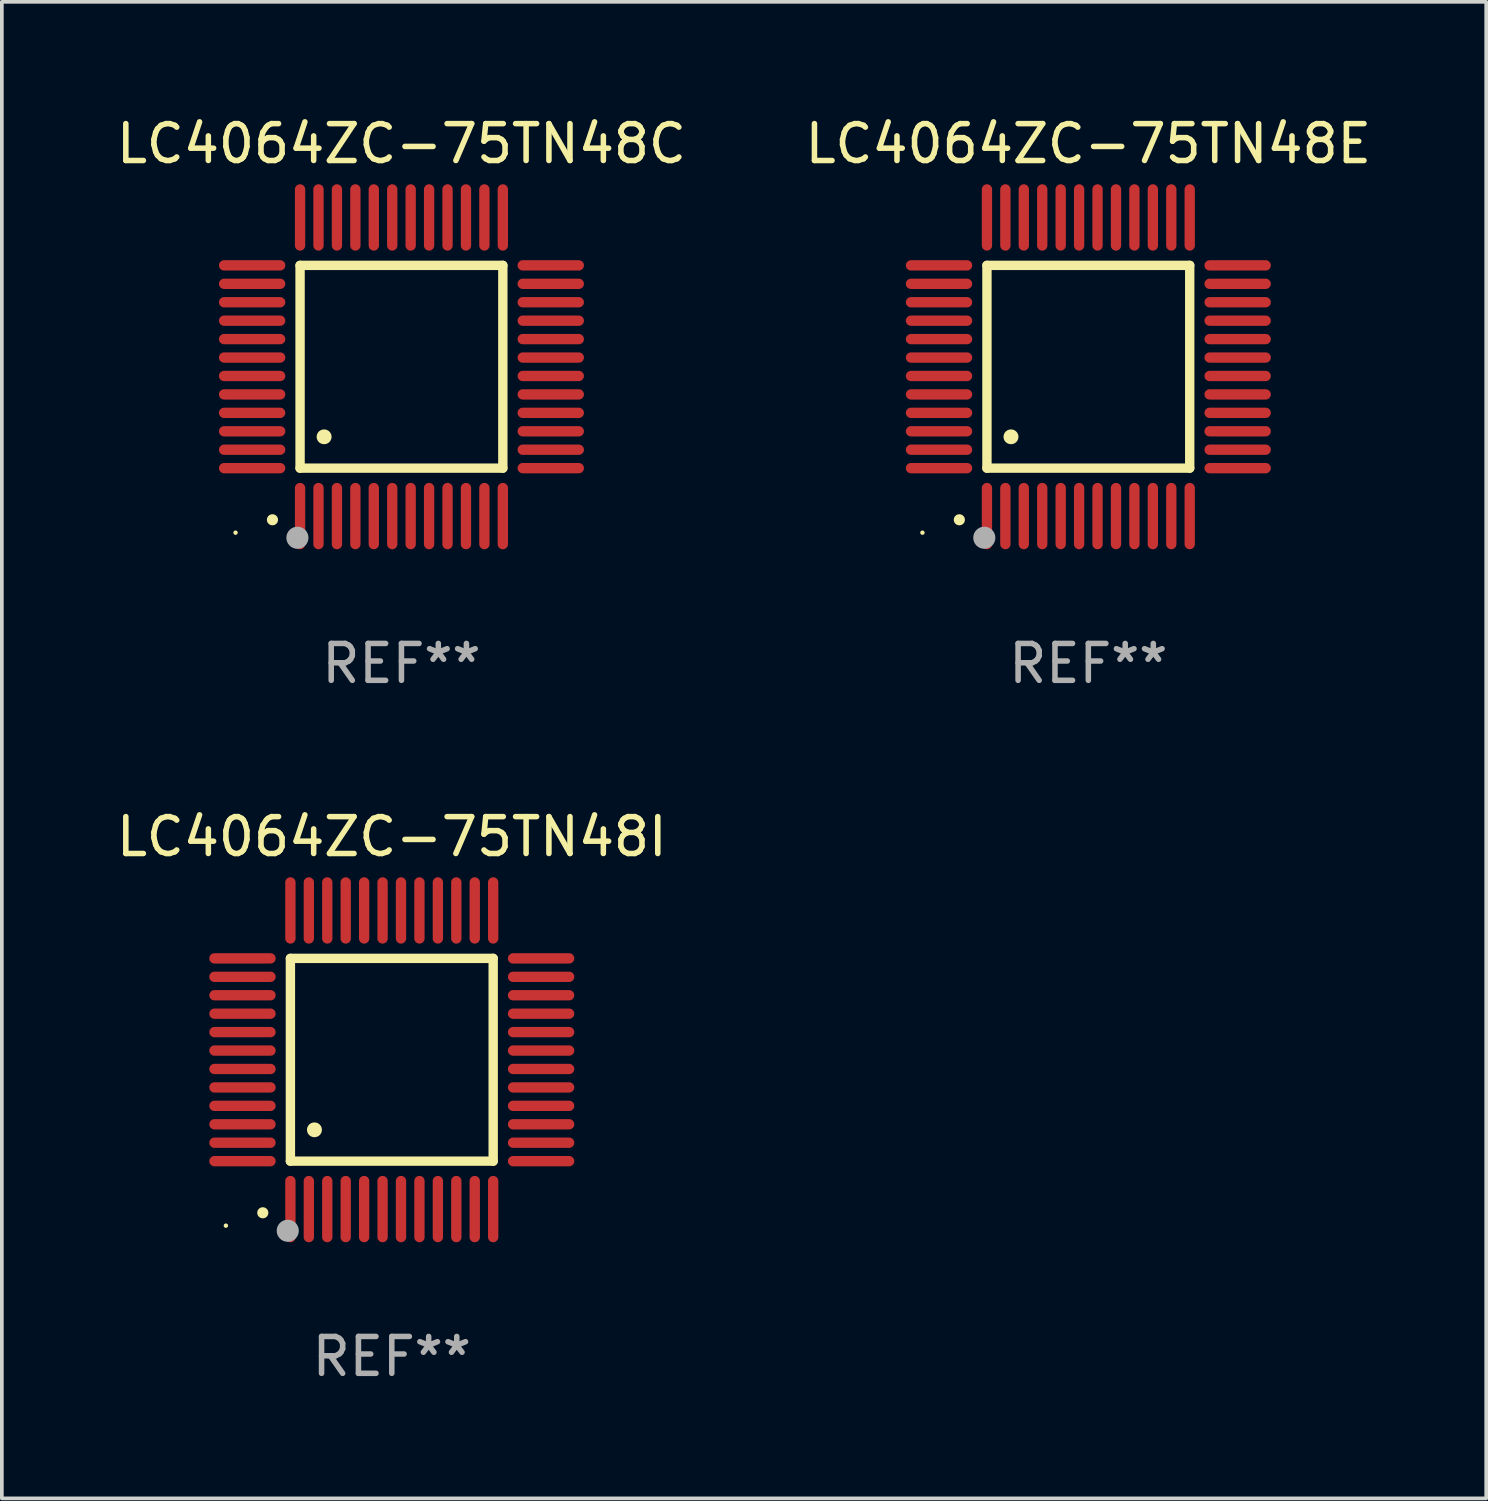
<source format=kicad_pcb>
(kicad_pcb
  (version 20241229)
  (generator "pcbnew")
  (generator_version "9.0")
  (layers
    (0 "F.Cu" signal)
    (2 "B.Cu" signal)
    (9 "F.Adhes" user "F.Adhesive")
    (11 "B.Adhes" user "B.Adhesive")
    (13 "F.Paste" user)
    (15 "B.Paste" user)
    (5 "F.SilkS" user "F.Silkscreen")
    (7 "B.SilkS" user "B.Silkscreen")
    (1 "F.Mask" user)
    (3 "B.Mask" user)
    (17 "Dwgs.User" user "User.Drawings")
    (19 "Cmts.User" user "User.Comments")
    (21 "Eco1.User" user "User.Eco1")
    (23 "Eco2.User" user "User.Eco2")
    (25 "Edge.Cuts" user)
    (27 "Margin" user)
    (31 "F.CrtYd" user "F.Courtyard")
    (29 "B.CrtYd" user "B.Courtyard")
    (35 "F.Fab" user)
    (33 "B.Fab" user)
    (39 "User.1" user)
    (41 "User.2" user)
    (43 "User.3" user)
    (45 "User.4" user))
  (footprint "LC4064ZC-75TN48I"
    (layer "F.Cu")
    (at 7.577 25.695)
    (property "Reference" "LC4064ZC-75TN48I" (at 0 -6.05 0) (layer "F.SilkS") (effects (font (size 1 1) (thickness 0.15))))
    (attr through_hole)
    (fp_line (start -2.75 -2.75) (end 2.75 -2.75) (stroke (width 0.254) (type solid)) (layer "F.SilkS"))
    (fp_line (start -2.75 2.75) (end -2.75 -2.75) (stroke (width 0.254) (type solid)) (layer "F.SilkS"))
    (fp_line (start 2.75 -2.75) (end 2.75 2.75) (stroke (width 0.254) (type solid)) (layer "F.SilkS"))
    (fp_line (start 2.75 2.75) (end -2.75 2.75) (stroke (width 0.254) (type solid)) (layer "F.SilkS"))
    (fp_arc (start -3.500127 4.150368) (mid -3.498857 4.150363) (end -3.497587 4.150368) (stroke (width 0.3) (type solid)) (layer "F.SilkS"))
    (fp_arc (start -2.100584 1.899924) (mid -2.098044 1.899908) (end -2.095504 1.899924) (stroke (width 0.4) (type solid)) (layer "F.SilkS"))
    (fp_circle (center -4.5 4.5) (end -4.47 4.5) (stroke (width 0.06) (type solid)) (fill no) (layer "F.SilkS"))
    (fp_circle (center -2.822 4.638) (end -2.672 4.638) (stroke (width 0.3) (type solid)) (fill no) (layer "F.Fab"))
    (fp_text user "REF**" (at 0 8.05 0) (layer "F.Fab") (effects (font (size 1 1) (thickness 0.15))))
    (pad "1" smd oval (at -2.75 4.05) (size 0.28 1.8) (layers "F.Cu" "F.Mask" "F.Paste"))
    (pad "2" smd oval (at -2.25 4.05) (size 0.28 1.8) (layers "F.Cu" "F.Mask" "F.Paste"))
    (pad "3" smd oval (at -1.75 4.05) (size 0.28 1.8) (layers "F.Cu" "F.Mask" "F.Paste"))
    (pad "4" smd oval (at -1.25 4.05) (size 0.28 1.8) (layers "F.Cu" "F.Mask" "F.Paste"))
    (pad "5" smd oval (at -0.75 4.05) (size 0.28 1.8) (layers "F.Cu" "F.Mask" "F.Paste"))
    (pad "6" smd oval (at -0.25 4.05) (size 0.28 1.8) (layers "F.Cu" "F.Mask" "F.Paste"))
    (pad "7" smd oval (at 0.25 4.05) (size 0.28 1.8) (layers "F.Cu" "F.Mask" "F.Paste"))
    (pad "8" smd oval (at 0.75 4.05) (size 0.28 1.8) (layers "F.Cu" "F.Mask" "F.Paste"))
    (pad "9" smd oval (at 1.25 4.05) (size 0.28 1.8) (layers "F.Cu" "F.Mask" "F.Paste"))
    (pad "10" smd oval (at 1.75 4.05) (size 0.28 1.8) (layers "F.Cu" "F.Mask" "F.Paste"))
    (pad "11" smd oval (at 2.25 4.05) (size 0.28 1.8) (layers "F.Cu" "F.Mask" "F.Paste"))
    (pad "12" smd oval (at 2.75 4.05) (size 0.28 1.8) (layers "F.Cu" "F.Mask" "F.Paste"))
    (pad "13" smd oval (at 4.05 2.75) (size 1.8 0.28) (layers "F.Cu" "F.Mask" "F.Paste"))
    (pad "14" smd oval (at 4.05 2.25) (size 1.8 0.28) (layers "F.Cu" "F.Mask" "F.Paste"))
    (pad "15" smd oval (at 4.05 1.75) (size 1.8 0.28) (layers "F.Cu" "F.Mask" "F.Paste"))
    (pad "16" smd oval (at 4.05 1.25) (size 1.8 0.28) (layers "F.Cu" "F.Mask" "F.Paste"))
    (pad "17" smd oval (at 4.05 0.75) (size 1.8 0.28) (layers "F.Cu" "F.Mask" "F.Paste"))
    (pad "18" smd oval (at 4.05 0.25) (size 1.8 0.28) (layers "F.Cu" "F.Mask" "F.Paste"))
    (pad "19" smd oval (at 4.05 -0.25) (size 1.8 0.28) (layers "F.Cu" "F.Mask" "F.Paste"))
    (pad "20" smd oval (at 4.05 -0.75) (size 1.8 0.28) (layers "F.Cu" "F.Mask" "F.Paste"))
    (pad "21" smd oval (at 4.05 -1.25) (size 1.8 0.28) (layers "F.Cu" "F.Mask" "F.Paste"))
    (pad "22" smd oval (at 4.05 -1.75) (size 1.8 0.28) (layers "F.Cu" "F.Mask" "F.Paste"))
    (pad "23" smd oval (at 4.05 -2.25) (size 1.8 0.28) (layers "F.Cu" "F.Mask" "F.Paste"))
    (pad "24" smd oval (at 4.05 -2.75) (size 1.8 0.28) (layers "F.Cu" "F.Mask" "F.Paste"))
    (pad "25" smd oval (at 2.75 -4.05) (size 0.28 1.8) (layers "F.Cu" "F.Mask" "F.Paste"))
    (pad "26" smd oval (at 2.25 -4.05) (size 0.28 1.8) (layers "F.Cu" "F.Mask" "F.Paste"))
    (pad "27" smd oval (at 1.75 -4.05) (size 0.28 1.8) (layers "F.Cu" "F.Mask" "F.Paste"))
    (pad "28" smd oval (at 1.25 -4.05) (size 0.28 1.8) (layers "F.Cu" "F.Mask" "F.Paste"))
    (pad "29" smd oval (at 0.75 -4.05) (size 0.28 1.8) (layers "F.Cu" "F.Mask" "F.Paste"))
    (pad "30" smd oval (at 0.25 -4.05) (size 0.28 1.8) (layers "F.Cu" "F.Mask" "F.Paste"))
    (pad "31" smd oval (at -0.25 -4.05) (size 0.28 1.8) (layers "F.Cu" "F.Mask" "F.Paste"))
    (pad "32" smd oval (at -0.75 -4.05) (size 0.28 1.8) (layers "F.Cu" "F.Mask" "F.Paste"))
    (pad "33" smd oval (at -1.25 -4.05) (size 0.28 1.8) (layers "F.Cu" "F.Mask" "F.Paste"))
    (pad "34" smd oval (at -1.75 -4.05) (size 0.28 1.8) (layers "F.Cu" "F.Mask" "F.Paste"))
    (pad "35" smd oval (at -2.25 -4.05) (size 0.28 1.8) (layers "F.Cu" "F.Mask" "F.Paste"))
    (pad "36" smd oval (at -2.75 -4.05) (size 0.28 1.8) (layers "F.Cu" "F.Mask" "F.Paste"))
    (pad "37" smd oval (at -4.05 -2.75) (size 1.8 0.28) (layers "F.Cu" "F.Mask" "F.Paste"))
    (pad "38" smd oval (at -4.05 -2.25) (size 1.8 0.28) (layers "F.Cu" "F.Mask" "F.Paste"))
    (pad "39" smd oval (at -4.05 -1.75) (size 1.8 0.28) (layers "F.Cu" "F.Mask" "F.Paste"))
    (pad "40" smd oval (at -4.05 -1.25) (size 1.8 0.28) (layers "F.Cu" "F.Mask" "F.Paste"))
    (pad "41" smd oval (at -4.05 -0.75) (size 1.8 0.28) (layers "F.Cu" "F.Mask" "F.Paste"))
    (pad "42" smd oval (at -4.05 -0.25) (size 1.8 0.28) (layers "F.Cu" "F.Mask" "F.Paste"))
    (pad "43" smd oval (at -4.05 0.25) (size 1.8 0.28) (layers "F.Cu" "F.Mask" "F.Paste"))
    (pad "44" smd oval (at -4.05 0.75) (size 1.8 0.28) (layers "F.Cu" "F.Mask" "F.Paste"))
    (pad "45" smd oval (at -4.05 1.25) (size 1.8 0.28) (layers "F.Cu" "F.Mask" "F.Paste"))
    (pad "46" smd oval (at -4.05 1.75) (size 1.8 0.28) (layers "F.Cu" "F.Mask" "F.Paste"))
    (pad "47" smd oval (at -4.05 2.25) (size 1.8 0.28) (layers "F.Cu" "F.Mask" "F.Paste"))
    (pad "48" smd oval (at -4.05 2.75) (size 1.8 0.28) (layers "F.Cu" "F.Mask" "F.Paste")))
  (footprint "LC4064ZC-75TN48C"
    (layer "F.Cu")
    (at 7.839 6.898)
    (property "Reference" "LC4064ZC-75TN48C" (at 0 -6.05 0) (layer "F.SilkS") (effects (font (size 1 1) (thickness 0.15))))
    (attr through_hole)
    (fp_line (start -2.75 -2.75) (end 2.75 -2.75) (stroke (width 0.254) (type solid)) (layer "F.SilkS"))
    (fp_line (start -2.75 2.75) (end -2.75 -2.75) (stroke (width 0.254) (type solid)) (layer "F.SilkS"))
    (fp_line (start 2.75 -2.75) (end 2.75 2.75) (stroke (width 0.254) (type solid)) (layer "F.SilkS"))
    (fp_line (start 2.75 2.75) (end -2.75 2.75) (stroke (width 0.254) (type solid)) (layer "F.SilkS"))
    (fp_arc (start -3.500127 4.150368) (mid -3.498857 4.150363) (end -3.497587 4.150368) (stroke (width 0.3) (type solid)) (layer "F.SilkS"))
    (fp_arc (start -2.100584 1.899924) (mid -2.098044 1.899908) (end -2.095504 1.899924) (stroke (width 0.4) (type solid)) (layer "F.SilkS"))
    (fp_circle (center -4.5 4.5) (end -4.47 4.5) (stroke (width 0.06) (type solid)) (fill no) (layer "F.SilkS"))
    (fp_circle (center -2.822 4.638) (end -2.672 4.638) (stroke (width 0.3) (type solid)) (fill no) (layer "F.Fab"))
    (fp_text user "REF**" (at 0 8.05 0) (layer "F.Fab") (effects (font (size 1 1) (thickness 0.15))))
    (pad "1" smd oval (at -2.75 4.05) (size 0.28 1.8) (layers "F.Cu" "F.Mask" "F.Paste"))
    (pad "2" smd oval (at -2.25 4.05) (size 0.28 1.8) (layers "F.Cu" "F.Mask" "F.Paste"))
    (pad "3" smd oval (at -1.75 4.05) (size 0.28 1.8) (layers "F.Cu" "F.Mask" "F.Paste"))
    (pad "4" smd oval (at -1.25 4.05) (size 0.28 1.8) (layers "F.Cu" "F.Mask" "F.Paste"))
    (pad "5" smd oval (at -0.75 4.05) (size 0.28 1.8) (layers "F.Cu" "F.Mask" "F.Paste"))
    (pad "6" smd oval (at -0.25 4.05) (size 0.28 1.8) (layers "F.Cu" "F.Mask" "F.Paste"))
    (pad "7" smd oval (at 0.25 4.05) (size 0.28 1.8) (layers "F.Cu" "F.Mask" "F.Paste"))
    (pad "8" smd oval (at 0.75 4.05) (size 0.28 1.8) (layers "F.Cu" "F.Mask" "F.Paste"))
    (pad "9" smd oval (at 1.25 4.05) (size 0.28 1.8) (layers "F.Cu" "F.Mask" "F.Paste"))
    (pad "10" smd oval (at 1.75 4.05) (size 0.28 1.8) (layers "F.Cu" "F.Mask" "F.Paste"))
    (pad "11" smd oval (at 2.25 4.05) (size 0.28 1.8) (layers "F.Cu" "F.Mask" "F.Paste"))
    (pad "12" smd oval (at 2.75 4.05) (size 0.28 1.8) (layers "F.Cu" "F.Mask" "F.Paste"))
    (pad "13" smd oval (at 4.05 2.75) (size 1.8 0.28) (layers "F.Cu" "F.Mask" "F.Paste"))
    (pad "14" smd oval (at 4.05 2.25) (size 1.8 0.28) (layers "F.Cu" "F.Mask" "F.Paste"))
    (pad "15" smd oval (at 4.05 1.75) (size 1.8 0.28) (layers "F.Cu" "F.Mask" "F.Paste"))
    (pad "16" smd oval (at 4.05 1.25) (size 1.8 0.28) (layers "F.Cu" "F.Mask" "F.Paste"))
    (pad "17" smd oval (at 4.05 0.75) (size 1.8 0.28) (layers "F.Cu" "F.Mask" "F.Paste"))
    (pad "18" smd oval (at 4.05 0.25) (size 1.8 0.28) (layers "F.Cu" "F.Mask" "F.Paste"))
    (pad "19" smd oval (at 4.05 -0.25) (size 1.8 0.28) (layers "F.Cu" "F.Mask" "F.Paste"))
    (pad "20" smd oval (at 4.05 -0.75) (size 1.8 0.28) (layers "F.Cu" "F.Mask" "F.Paste"))
    (pad "21" smd oval (at 4.05 -1.25) (size 1.8 0.28) (layers "F.Cu" "F.Mask" "F.Paste"))
    (pad "22" smd oval (at 4.05 -1.75) (size 1.8 0.28) (layers "F.Cu" "F.Mask" "F.Paste"))
    (pad "23" smd oval (at 4.05 -2.25) (size 1.8 0.28) (layers "F.Cu" "F.Mask" "F.Paste"))
    (pad "24" smd oval (at 4.05 -2.75) (size 1.8 0.28) (layers "F.Cu" "F.Mask" "F.Paste"))
    (pad "25" smd oval (at 2.75 -4.05) (size 0.28 1.8) (layers "F.Cu" "F.Mask" "F.Paste"))
    (pad "26" smd oval (at 2.25 -4.05) (size 0.28 1.8) (layers "F.Cu" "F.Mask" "F.Paste"))
    (pad "27" smd oval (at 1.75 -4.05) (size 0.28 1.8) (layers "F.Cu" "F.Mask" "F.Paste"))
    (pad "28" smd oval (at 1.25 -4.05) (size 0.28 1.8) (layers "F.Cu" "F.Mask" "F.Paste"))
    (pad "29" smd oval (at 0.75 -4.05) (size 0.28 1.8) (layers "F.Cu" "F.Mask" "F.Paste"))
    (pad "30" smd oval (at 0.25 -4.05) (size 0.28 1.8) (layers "F.Cu" "F.Mask" "F.Paste"))
    (pad "31" smd oval (at -0.25 -4.05) (size 0.28 1.8) (layers "F.Cu" "F.Mask" "F.Paste"))
    (pad "32" smd oval (at -0.75 -4.05) (size 0.28 1.8) (layers "F.Cu" "F.Mask" "F.Paste"))
    (pad "33" smd oval (at -1.25 -4.05) (size 0.28 1.8) (layers "F.Cu" "F.Mask" "F.Paste"))
    (pad "34" smd oval (at -1.75 -4.05) (size 0.28 1.8) (layers "F.Cu" "F.Mask" "F.Paste"))
    (pad "35" smd oval (at -2.25 -4.05) (size 0.28 1.8) (layers "F.Cu" "F.Mask" "F.Paste"))
    (pad "36" smd oval (at -2.75 -4.05) (size 0.28 1.8) (layers "F.Cu" "F.Mask" "F.Paste"))
    (pad "37" smd oval (at -4.05 -2.75) (size 1.8 0.28) (layers "F.Cu" "F.Mask" "F.Paste"))
    (pad "38" smd oval (at -4.05 -2.25) (size 1.8 0.28) (layers "F.Cu" "F.Mask" "F.Paste"))
    (pad "39" smd oval (at -4.05 -1.75) (size 1.8 0.28) (layers "F.Cu" "F.Mask" "F.Paste"))
    (pad "40" smd oval (at -4.05 -1.25) (size 1.8 0.28) (layers "F.Cu" "F.Mask" "F.Paste"))
    (pad "41" smd oval (at -4.05 -0.75) (size 1.8 0.28) (layers "F.Cu" "F.Mask" "F.Paste"))
    (pad "42" smd oval (at -4.05 -0.25) (size 1.8 0.28) (layers "F.Cu" "F.Mask" "F.Paste"))
    (pad "43" smd oval (at -4.05 0.25) (size 1.8 0.28) (layers "F.Cu" "F.Mask" "F.Paste"))
    (pad "44" smd oval (at -4.05 0.75) (size 1.8 0.28) (layers "F.Cu" "F.Mask" "F.Paste"))
    (pad "45" smd oval (at -4.05 1.25) (size 1.8 0.28) (layers "F.Cu" "F.Mask" "F.Paste"))
    (pad "46" smd oval (at -4.05 1.75) (size 1.8 0.28) (layers "F.Cu" "F.Mask" "F.Paste"))
    (pad "47" smd oval (at -4.05 2.25) (size 1.8 0.28) (layers "F.Cu" "F.Mask" "F.Paste"))
    (pad "48" smd oval (at -4.05 2.75) (size 1.8 0.28) (layers "F.Cu" "F.Mask" "F.Paste")))
  (footprint "LC4064ZC-75TN48E"
    (layer "F.Cu")
    (at 26.47 6.898)
    (property "Reference" "LC4064ZC-75TN48E" (at 0 -6.05 0) (layer "F.SilkS") (effects (font (size 1 1) (thickness 0.15))))
    (attr through_hole)
    (fp_line (start -2.75 -2.75) (end 2.75 -2.75) (stroke (width 0.254) (type solid)) (layer "F.SilkS"))
    (fp_line (start -2.75 2.75) (end -2.75 -2.75) (stroke (width 0.254) (type solid)) (layer "F.SilkS"))
    (fp_line (start 2.75 -2.75) (end 2.75 2.75) (stroke (width 0.254) (type solid)) (layer "F.SilkS"))
    (fp_line (start 2.75 2.75) (end -2.75 2.75) (stroke (width 0.254) (type solid)) (layer "F.SilkS"))
    (fp_arc (start -3.500127 4.150368) (mid -3.498857 4.150363) (end -3.497587 4.150368) (stroke (width 0.3) (type solid)) (layer "F.SilkS"))
    (fp_arc (start -2.100584 1.899924) (mid -2.098044 1.899908) (end -2.095504 1.899924) (stroke (width 0.4) (type solid)) (layer "F.SilkS"))
    (fp_circle (center -4.5 4.5) (end -4.47 4.5) (stroke (width 0.06) (type solid)) (fill no) (layer "F.SilkS"))
    (fp_circle (center -2.822 4.638) (end -2.672 4.638) (stroke (width 0.3) (type solid)) (fill no) (layer "F.Fab"))
    (fp_text user "REF**" (at 0 8.05 0) (layer "F.Fab") (effects (font (size 1 1) (thickness 0.15))))
    (pad "1" smd oval (at -2.75 4.05) (size 0.28 1.8) (layers "F.Cu" "F.Mask" "F.Paste"))
    (pad "2" smd oval (at -2.25 4.05) (size 0.28 1.8) (layers "F.Cu" "F.Mask" "F.Paste"))
    (pad "3" smd oval (at -1.75 4.05) (size 0.28 1.8) (layers "F.Cu" "F.Mask" "F.Paste"))
    (pad "4" smd oval (at -1.25 4.05) (size 0.28 1.8) (layers "F.Cu" "F.Mask" "F.Paste"))
    (pad "5" smd oval (at -0.75 4.05) (size 0.28 1.8) (layers "F.Cu" "F.Mask" "F.Paste"))
    (pad "6" smd oval (at -0.25 4.05) (size 0.28 1.8) (layers "F.Cu" "F.Mask" "F.Paste"))
    (pad "7" smd oval (at 0.25 4.05) (size 0.28 1.8) (layers "F.Cu" "F.Mask" "F.Paste"))
    (pad "8" smd oval (at 0.75 4.05) (size 0.28 1.8) (layers "F.Cu" "F.Mask" "F.Paste"))
    (pad "9" smd oval (at 1.25 4.05) (size 0.28 1.8) (layers "F.Cu" "F.Mask" "F.Paste"))
    (pad "10" smd oval (at 1.75 4.05) (size 0.28 1.8) (layers "F.Cu" "F.Mask" "F.Paste"))
    (pad "11" smd oval (at 2.25 4.05) (size 0.28 1.8) (layers "F.Cu" "F.Mask" "F.Paste"))
    (pad "12" smd oval (at 2.75 4.05) (size 0.28 1.8) (layers "F.Cu" "F.Mask" "F.Paste"))
    (pad "13" smd oval (at 4.05 2.75) (size 1.8 0.28) (layers "F.Cu" "F.Mask" "F.Paste"))
    (pad "14" smd oval (at 4.05 2.25) (size 1.8 0.28) (layers "F.Cu" "F.Mask" "F.Paste"))
    (pad "15" smd oval (at 4.05 1.75) (size 1.8 0.28) (layers "F.Cu" "F.Mask" "F.Paste"))
    (pad "16" smd oval (at 4.05 1.25) (size 1.8 0.28) (layers "F.Cu" "F.Mask" "F.Paste"))
    (pad "17" smd oval (at 4.05 0.75) (size 1.8 0.28) (layers "F.Cu" "F.Mask" "F.Paste"))
    (pad "18" smd oval (at 4.05 0.25) (size 1.8 0.28) (layers "F.Cu" "F.Mask" "F.Paste"))
    (pad "19" smd oval (at 4.05 -0.25) (size 1.8 0.28) (layers "F.Cu" "F.Mask" "F.Paste"))
    (pad "20" smd oval (at 4.05 -0.75) (size 1.8 0.28) (layers "F.Cu" "F.Mask" "F.Paste"))
    (pad "21" smd oval (at 4.05 -1.25) (size 1.8 0.28) (layers "F.Cu" "F.Mask" "F.Paste"))
    (pad "22" smd oval (at 4.05 -1.75) (size 1.8 0.28) (layers "F.Cu" "F.Mask" "F.Paste"))
    (pad "23" smd oval (at 4.05 -2.25) (size 1.8 0.28) (layers "F.Cu" "F.Mask" "F.Paste"))
    (pad "24" smd oval (at 4.05 -2.75) (size 1.8 0.28) (layers "F.Cu" "F.Mask" "F.Paste"))
    (pad "25" smd oval (at 2.75 -4.05) (size 0.28 1.8) (layers "F.Cu" "F.Mask" "F.Paste"))
    (pad "26" smd oval (at 2.25 -4.05) (size 0.28 1.8) (layers "F.Cu" "F.Mask" "F.Paste"))
    (pad "27" smd oval (at 1.75 -4.05) (size 0.28 1.8) (layers "F.Cu" "F.Mask" "F.Paste"))
    (pad "28" smd oval (at 1.25 -4.05) (size 0.28 1.8) (layers "F.Cu" "F.Mask" "F.Paste"))
    (pad "29" smd oval (at 0.75 -4.05) (size 0.28 1.8) (layers "F.Cu" "F.Mask" "F.Paste"))
    (pad "30" smd oval (at 0.25 -4.05) (size 0.28 1.8) (layers "F.Cu" "F.Mask" "F.Paste"))
    (pad "31" smd oval (at -0.25 -4.05) (size 0.28 1.8) (layers "F.Cu" "F.Mask" "F.Paste"))
    (pad "32" smd oval (at -0.75 -4.05) (size 0.28 1.8) (layers "F.Cu" "F.Mask" "F.Paste"))
    (pad "33" smd oval (at -1.25 -4.05) (size 0.28 1.8) (layers "F.Cu" "F.Mask" "F.Paste"))
    (pad "34" smd oval (at -1.75 -4.05) (size 0.28 1.8) (layers "F.Cu" "F.Mask" "F.Paste"))
    (pad "35" smd oval (at -2.25 -4.05) (size 0.28 1.8) (layers "F.Cu" "F.Mask" "F.Paste"))
    (pad "36" smd oval (at -2.75 -4.05) (size 0.28 1.8) (layers "F.Cu" "F.Mask" "F.Paste"))
    (pad "37" smd oval (at -4.05 -2.75) (size 1.8 0.28) (layers "F.Cu" "F.Mask" "F.Paste"))
    (pad "38" smd oval (at -4.05 -2.25) (size 1.8 0.28) (layers "F.Cu" "F.Mask" "F.Paste"))
    (pad "39" smd oval (at -4.05 -1.75) (size 1.8 0.28) (layers "F.Cu" "F.Mask" "F.Paste"))
    (pad "40" smd oval (at -4.05 -1.25) (size 1.8 0.28) (layers "F.Cu" "F.Mask" "F.Paste"))
    (pad "41" smd oval (at -4.05 -0.75) (size 1.8 0.28) (layers "F.Cu" "F.Mask" "F.Paste"))
    (pad "42" smd oval (at -4.05 -0.25) (size 1.8 0.28) (layers "F.Cu" "F.Mask" "F.Paste"))
    (pad "43" smd oval (at -4.05 0.25) (size 1.8 0.28) (layers "F.Cu" "F.Mask" "F.Paste"))
    (pad "44" smd oval (at -4.05 0.75) (size 1.8 0.28) (layers "F.Cu" "F.Mask" "F.Paste"))
    (pad "45" smd oval (at -4.05 1.25) (size 1.8 0.28) (layers "F.Cu" "F.Mask" "F.Paste"))
    (pad "46" smd oval (at -4.05 1.75) (size 1.8 0.28) (layers "F.Cu" "F.Mask" "F.Paste"))
    (pad "47" smd oval (at -4.05 2.25) (size 1.8 0.28) (layers "F.Cu" "F.Mask" "F.Paste"))
    (pad "48" smd oval (at -4.05 2.75) (size 1.8 0.28) (layers "F.Cu" "F.Mask" "F.Paste")))
  (gr_rect
    (start -3 -3)
    (end 37.262 37.593)
    (stroke (width 0.1) (type default))
    (fill no)
    (layer "Edge.Cuts")))
</source>
